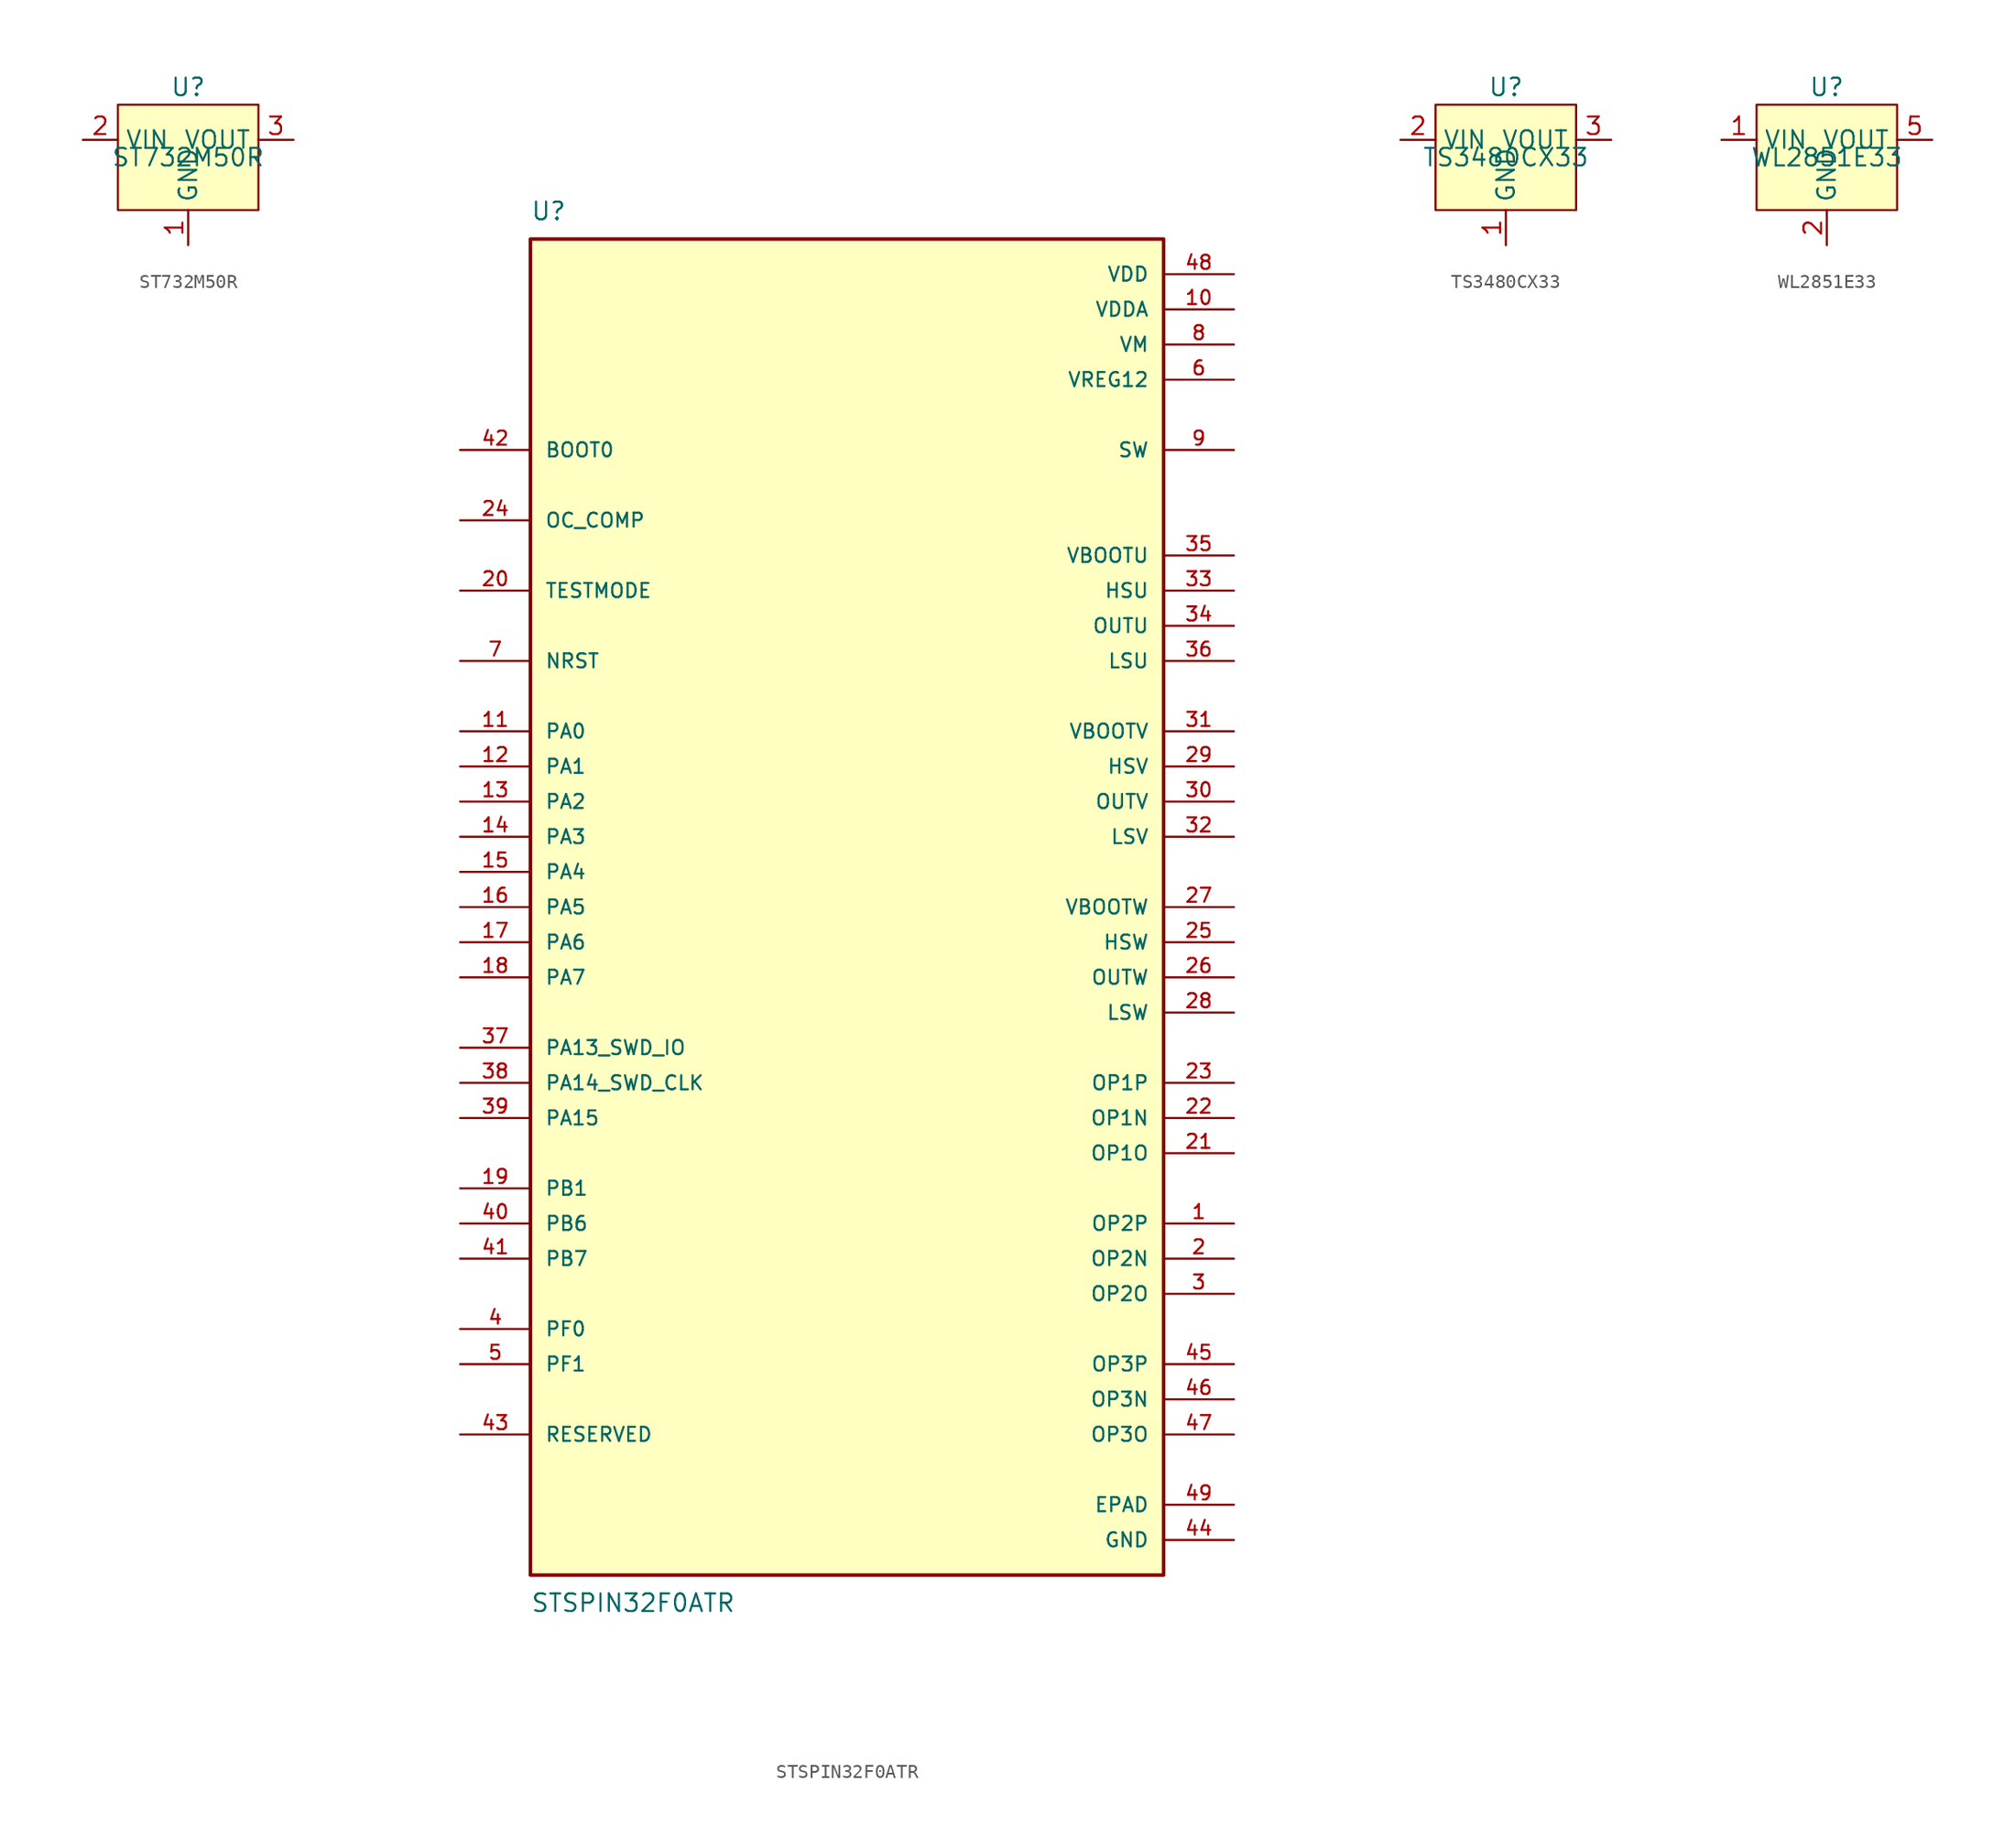
<source format=kicad_sym>
(kicad_symbol_lib
  (version 20220914)
  (generator kicad_symbol_editor)
  (symbol "ST732M50R"
    (property "Reference" "U"
      (at 0 5.08 0)
      (effects (font (size 1.27 1.27))))
    (property "Value" "ST732M50R"
      (at 0 0 0)
      (effects (font (size 1.27 1.27))))
    (symbol "ST732M50R_1_0"
      (pin power_in line (at 0 -6.35 90) (length 2.54) (name "GND" (effects (font (size 1.27 1.27)))) (number "1" (effects (font (size 1.27 1.27)))))
      (pin power_in line (at -7.62 1.27 0) (length 2.54) (name "VIN" (effects (font (size 1.27 1.27)))) (number "2" (effects (font (size 1.27 1.27)))))
      (pin power_out line (at 7.62 1.27 180) (length 2.54) (name "VOUT" (effects (font (size 1.27 1.27)))) (number "3" (effects (font (size 1.27 1.27))))))
    (symbol "ST732M50R_1_1"
      (rectangle (start -5.08 3.81) (end 5.08 -3.81) (stroke (width 0) (type default)) (fill (type background)))))
  (symbol "STSPIN32F0ATR"
    (pin_names
      (offset 1.016))
    (property "Reference" "U"
      (at -22.86 49.53 0)
      (effects (font (size 1.27 1.27)) (justify left bottom)))
    (property "Value" "STSPIN32F0ATR"
      (at -22.86 -49.53 0)
      (effects (font (size 1.27 1.27)) (justify left top)))
    (symbol "STSPIN32F0ATR_0_0"
      (rectangle (start -22.86 -48.26) (end 22.86 48.26) (stroke (width 0.254) (type default)) (fill (type background)))
      (pin input line (at 27.94 -22.86 180) (length 5.08) (name "OP2P" (effects (font (size 1.016 1.016)))) (number "1" (effects (font (size 1.016 1.016)))))
      (pin power_in line (at 27.94 43.18 180) (length 5.08) (name "VDDA" (effects (font (size 1.016 1.016)))) (number "10" (effects (font (size 1.016 1.016)))))
      (pin bidirectional line (at -27.94 12.7 0) (length 5.08) (name "PA0" (effects (font (size 1.016 1.016)))) (number "11" (effects (font (size 1.016 1.016)))))
      (pin bidirectional line (at -27.94 10.16 0) (length 5.08) (name "PA1" (effects (font (size 1.016 1.016)))) (number "12" (effects (font (size 1.016 1.016)))))
      (pin bidirectional line (at -27.94 7.62 0) (length 5.08) (name "PA2" (effects (font (size 1.016 1.016)))) (number "13" (effects (font (size 1.016 1.016)))))
      (pin bidirectional line (at -27.94 5.08 0) (length 5.08) (name "PA3" (effects (font (size 1.016 1.016)))) (number "14" (effects (font (size 1.016 1.016)))))
      (pin bidirectional line (at -27.94 2.54 0) (length 5.08) (name "PA4" (effects (font (size 1.016 1.016)))) (number "15" (effects (font (size 1.016 1.016)))))
      (pin bidirectional line (at -27.94 0 0) (length 5.08) (name "PA5" (effects (font (size 1.016 1.016)))) (number "16" (effects (font (size 1.016 1.016)))))
      (pin bidirectional line (at -27.94 -2.54 0) (length 5.08) (name "PA6" (effects (font (size 1.016 1.016)))) (number "17" (effects (font (size 1.016 1.016)))))
      (pin bidirectional line (at -27.94 -5.08 0) (length 5.08) (name "PA7" (effects (font (size 1.016 1.016)))) (number "18" (effects (font (size 1.016 1.016)))))
      (pin bidirectional line (at -27.94 -20.32 0) (length 5.08) (name "PB1" (effects (font (size 1.016 1.016)))) (number "19" (effects (font (size 1.016 1.016)))))
      (pin input line (at 27.94 -25.4 180) (length 5.08) (name "OP2N" (effects (font (size 1.016 1.016)))) (number "2" (effects (font (size 1.016 1.016)))))
      (pin input line (at -27.94 22.86 0) (length 5.08) (name "TESTMODE" (effects (font (size 1.016 1.016)))) (number "20" (effects (font (size 1.016 1.016)))))
      (pin output line (at 27.94 -17.78 180) (length 5.08) (name "OP1O" (effects (font (size 1.016 1.016)))) (number "21" (effects (font (size 1.016 1.016)))))
      (pin input line (at 27.94 -15.24 180) (length 5.08) (name "OP1N" (effects (font (size 1.016 1.016)))) (number "22" (effects (font (size 1.016 1.016)))))
      (pin input line (at 27.94 -12.7 180) (length 5.08) (name "OP1P" (effects (font (size 1.016 1.016)))) (number "23" (effects (font (size 1.016 1.016)))))
      (pin input line (at -27.94 27.94 0) (length 5.08) (name "OC_COMP" (effects (font (size 1.016 1.016)))) (number "24" (effects (font (size 1.016 1.016)))))
      (pin output line (at 27.94 -2.54 180) (length 5.08) (name "HSW" (effects (font (size 1.016 1.016)))) (number "25" (effects (font (size 1.016 1.016)))))
      (pin output line (at 27.94 -5.08 180) (length 5.08) (name "OUTW" (effects (font (size 1.016 1.016)))) (number "26" (effects (font (size 1.016 1.016)))))
      (pin power_in line (at 27.94 0 180) (length 5.08) (name "VBOOTW" (effects (font (size 1.016 1.016)))) (number "27" (effects (font (size 1.016 1.016)))))
      (pin output line (at 27.94 -7.62 180) (length 5.08) (name "LSW" (effects (font (size 1.016 1.016)))) (number "28" (effects (font (size 1.016 1.016)))))
      (pin output line (at 27.94 10.16 180) (length 5.08) (name "HSV" (effects (font (size 1.016 1.016)))) (number "29" (effects (font (size 1.016 1.016)))))
      (pin output line (at 27.94 -27.94 180) (length 5.08) (name "OP2O" (effects (font (size 1.016 1.016)))) (number "3" (effects (font (size 1.016 1.016)))))
      (pin output line (at 27.94 7.62 180) (length 5.08) (name "OUTV" (effects (font (size 1.016 1.016)))) (number "30" (effects (font (size 1.016 1.016)))))
      (pin power_in line (at 27.94 12.7 180) (length 5.08) (name "VBOOTV" (effects (font (size 1.016 1.016)))) (number "31" (effects (font (size 1.016 1.016)))))
      (pin output line (at 27.94 5.08 180) (length 5.08) (name "LSV" (effects (font (size 1.016 1.016)))) (number "32" (effects (font (size 1.016 1.016)))))
      (pin output line (at 27.94 22.86 180) (length 5.08) (name "HSU" (effects (font (size 1.016 1.016)))) (number "33" (effects (font (size 1.016 1.016)))))
      (pin output line (at 27.94 20.32 180) (length 5.08) (name "OUTU" (effects (font (size 1.016 1.016)))) (number "34" (effects (font (size 1.016 1.016)))))
      (pin power_in line (at 27.94 25.4 180) (length 5.08) (name "VBOOTU" (effects (font (size 1.016 1.016)))) (number "35" (effects (font (size 1.016 1.016)))))
      (pin output line (at 27.94 17.78 180) (length 5.08) (name "LSU" (effects (font (size 1.016 1.016)))) (number "36" (effects (font (size 1.016 1.016)))))
      (pin bidirectional line (at -27.94 -10.16 0) (length 5.08) (name "PA13_SWD_IO" (effects (font (size 1.016 1.016)))) (number "37" (effects (font (size 1.016 1.016)))))
      (pin bidirectional line (at -27.94 -12.7 0) (length 5.08) (name "PA14_SWD_CLK" (effects (font (size 1.016 1.016)))) (number "38" (effects (font (size 1.016 1.016)))))
      (pin bidirectional line (at -27.94 -15.24 0) (length 5.08) (name "PA15" (effects (font (size 1.016 1.016)))) (number "39" (effects (font (size 1.016 1.016)))))
      (pin bidirectional line (at -27.94 -30.48 0) (length 5.08) (name "PF0" (effects (font (size 1.016 1.016)))) (number "4" (effects (font (size 1.016 1.016)))))
      (pin bidirectional line (at -27.94 -22.86 0) (length 5.08) (name "PB6" (effects (font (size 1.016 1.016)))) (number "40" (effects (font (size 1.016 1.016)))))
      (pin bidirectional line (at -27.94 -25.4 0) (length 5.08) (name "PB7" (effects (font (size 1.016 1.016)))) (number "41" (effects (font (size 1.016 1.016)))))
      (pin input line (at -27.94 33.02 0) (length 5.08) (name "BOOT0" (effects (font (size 1.016 1.016)))) (number "42" (effects (font (size 1.016 1.016)))))
      (pin passive line (at -27.94 -38.1 0) (length 5.08) (name "RESERVED" (effects (font (size 1.016 1.016)))) (number "43" (effects (font (size 1.016 1.016)))))
      (pin power_in line (at 27.94 -45.72 180) (length 5.08) (name "GND" (effects (font (size 1.016 1.016)))) (number "44" (effects (font (size 1.016 1.016)))))
      (pin input line (at 27.94 -33.02 180) (length 5.08) (name "OP3P" (effects (font (size 1.016 1.016)))) (number "45" (effects (font (size 1.016 1.016)))))
      (pin input line (at 27.94 -35.56 180) (length 5.08) (name "OP3N" (effects (font (size 1.016 1.016)))) (number "46" (effects (font (size 1.016 1.016)))))
      (pin output line (at 27.94 -38.1 180) (length 5.08) (name "OP3O" (effects (font (size 1.016 1.016)))) (number "47" (effects (font (size 1.016 1.016)))))
      (pin power_in line (at 27.94 45.72 180) (length 5.08) (name "VDD" (effects (font (size 1.016 1.016)))) (number "48" (effects (font (size 1.016 1.016)))))
      (pin power_in line (at 27.94 -43.18 180) (length 5.08) (name "EPAD" (effects (font (size 1.016 1.016)))) (number "49" (effects (font (size 1.016 1.016)))))
      (pin bidirectional line (at -27.94 -33.02 0) (length 5.08) (name "PF1" (effects (font (size 1.016 1.016)))) (number "5" (effects (font (size 1.016 1.016)))))
      (pin power_in line (at 27.94 38.1 180) (length 5.08) (name "VREG12" (effects (font (size 1.016 1.016)))) (number "6" (effects (font (size 1.016 1.016)))))
      (pin bidirectional line (at -27.94 17.78 0) (length 5.08) (name "NRST" (effects (font (size 1.016 1.016)))) (number "7" (effects (font (size 1.016 1.016)))))
      (pin power_in line (at 27.94 40.64 180) (length 5.08) (name "VM" (effects (font (size 1.016 1.016)))) (number "8" (effects (font (size 1.016 1.016)))))
      (pin output line (at 27.94 33.02 180) (length 5.08) (name "SW" (effects (font (size 1.016 1.016)))) (number "9" (effects (font (size 1.016 1.016)))))))
  (symbol "TS3480CX33"
    (property "Reference" "U"
      (at 0 5.08 0)
      (effects (font (size 1.27 1.27))))
    (property "Value" "TS3480CX33"
      (at 0 0 0)
      (effects (font (size 1.27 1.27))))
    (symbol "TS3480CX33_0_0"
      (pin power_in line (at 0 -6.35 90) (length 2.54) (name "GND" (effects (font (size 1.27 1.27)))) (number "1" (effects (font (size 1.27 1.27)))))
      (pin power_in line (at -7.62 1.27 0) (length 2.54) (name "VIN" (effects (font (size 1.27 1.27)))) (number "2" (effects (font (size 1.27 1.27)))))
      (pin power_out line (at 7.62 1.27 180) (length 2.54) (name "VOUT" (effects (font (size 1.27 1.27)))) (number "3" (effects (font (size 1.27 1.27))))))
    (symbol "TS3480CX33_1_1"
      (rectangle (start -5.08 3.81) (end 5.08 -3.81) (stroke (width 0) (type default)) (fill (type background)))))
  (symbol "WL2851E33"
    (property "Reference" "U"
      (at 0 5.08 0)
      (effects (font (size 1.27 1.27))))
    (property "Value" "WL2851E33"
      (at 0 0 0)
      (effects (font (size 1.27 1.27))))
    (symbol "WL2851E33_1_0"
      (pin power_in line (at -7.62 1.27 0) (length 2.54) (name "VIN" (effects (font (size 1.27 1.27)))) (number "1" (effects (font (size 1.27 1.27)))))
      (pin power_in line (at 0 -6.35 90) (length 2.54) (name "GND" (effects (font (size 1.27 1.27)))) (number "2" (effects (font (size 1.27 1.27)))))
      (pin power_out line (at 7.62 1.27 180) (length 2.54) (name "VOUT" (effects (font (size 1.27 1.27)))) (number "5" (effects (font (size 1.27 1.27))))))
    (symbol "WL2851E33_1_1"
      (rectangle (start -5.08 3.81) (end 5.08 -3.81) (stroke (width 0) (type default)) (fill (type background))))))
</source>
